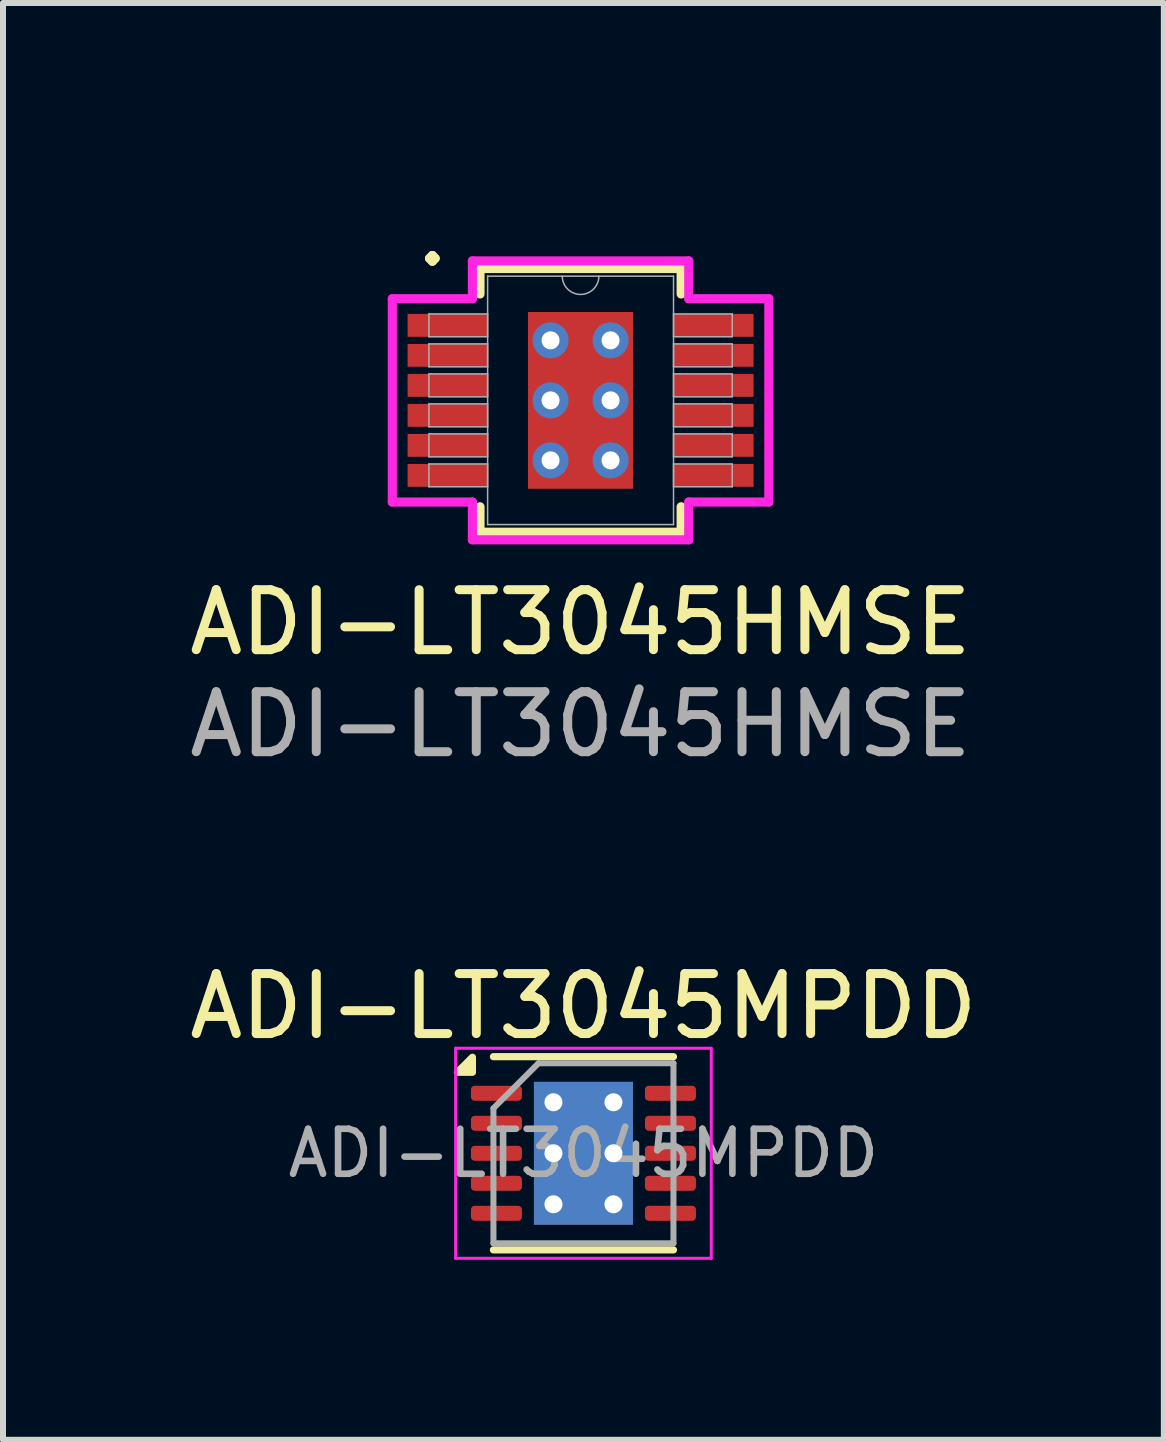
<source format=kicad_pcb>
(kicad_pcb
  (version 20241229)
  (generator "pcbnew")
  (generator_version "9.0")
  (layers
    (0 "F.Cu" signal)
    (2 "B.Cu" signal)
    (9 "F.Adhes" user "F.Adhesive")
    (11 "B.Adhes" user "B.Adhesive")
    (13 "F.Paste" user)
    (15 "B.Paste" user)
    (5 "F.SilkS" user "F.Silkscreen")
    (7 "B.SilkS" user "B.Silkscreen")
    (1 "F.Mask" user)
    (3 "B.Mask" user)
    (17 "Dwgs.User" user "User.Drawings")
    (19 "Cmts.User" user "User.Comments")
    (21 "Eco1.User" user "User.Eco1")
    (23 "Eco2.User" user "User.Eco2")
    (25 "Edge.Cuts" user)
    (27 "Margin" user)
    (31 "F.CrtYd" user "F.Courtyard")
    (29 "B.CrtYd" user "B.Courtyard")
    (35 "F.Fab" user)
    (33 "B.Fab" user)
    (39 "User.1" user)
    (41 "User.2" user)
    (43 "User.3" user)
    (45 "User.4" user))
  (footprint "ADI-LT3045HMSE"
    (layer "F.Cu")
    (at 6.625 3.622)
    (property "Reference" "ADI-LT3045HMSE" (at 0 3.7 0) (unlocked yes) (layer "F.SilkS") (effects (font (size 1 1) (thickness 0.15))))
    (attr smd)
    (fp_line (start -1.676 -2.197) (end -1.676 -1.773) (stroke (width 0.152) (type solid)) (layer "F.SilkS"))
    (fp_line (start -1.676 1.773) (end -1.676 2.197) (stroke (width 0.152) (type solid)) (layer "F.SilkS"))
    (fp_line (start -1.676 2.197) (end 1.676 2.197) (stroke (width 0.152) (type solid)) (layer "F.SilkS"))
    (fp_line (start 1.676 -2.197) (end -1.676 -2.197) (stroke (width 0.152) (type solid)) (layer "F.SilkS"))
    (fp_line (start 1.676 -1.773) (end 1.676 -2.197) (stroke (width 0.152) (type solid)) (layer "F.SilkS"))
    (fp_line (start 1.676 2.197) (end 1.676 1.773) (stroke (width 0.152) (type solid)) (layer "F.SilkS"))
    (fp_poly (pts (arc (start -0.85 0.6) (mid -0.820711 0.670711) (end -0.75 0.7)) (arc (start 0.75 0.7) (mid 0.820711 0.670711) (end 0.85 0.6)) (arc (start 0.85 0.4) (mid 0.820711 0.329289) (end 0.75 0.3)) (arc (start -0.75 0.3) (mid -0.820711 0.329289) (end -0.85 0.4))) (stroke (width 0) (type solid)) (fill yes) (layer "F.Paste"))
    (fp_poly (pts (arc (start 0.1 1.45) (mid 0.170711 1.420711) (end 0.2 1.35)) (arc (start 0.2 -1.35) (mid 0.170711 -1.420711) (end 0.1 -1.45)) (arc (start -0.1 -1.45) (mid -0.170711 -1.420711) (end -0.2 -1.35)) (arc (start -0.2 1.35) (mid -0.170711 1.420711) (end -0.1 1.45))) (stroke (width 0) (type solid)) (fill yes) (layer "F.Paste"))
    (fp_poly (pts (arc (start 0.75 -0.3) (mid 0.820711 -0.329289) (end 0.85 -0.4)) (arc (start 0.85 -0.6) (mid 0.820711 -0.670711) (end 0.75 -0.7)) (arc (start -0.75 -0.7) (mid -0.820711 -0.670711) (end -0.85 -0.6)) (arc (start -0.85 -0.4) (mid -0.820711 -0.329289) (end -0.75 -0.3))) (stroke (width 0) (type solid)) (fill yes) (layer "F.Paste"))
    (fp_line (start -3.137 -1.694) (end -1.803 -1.694) (stroke (width 0.152) (type solid)) (layer "F.CrtYd"))
    (fp_line (start -3.137 1.694) (end -3.137 -1.694) (stroke (width 0.152) (type solid)) (layer "F.CrtYd"))
    (fp_line (start -3.137 1.694) (end -1.803 1.694) (stroke (width 0.152) (type solid)) (layer "F.CrtYd"))
    (fp_line (start -1.803 -2.324) (end 1.803 -2.324) (stroke (width 0.152) (type solid)) (layer "F.CrtYd"))
    (fp_line (start -1.803 -1.694) (end -1.803 -2.324) (stroke (width 0.152) (type solid)) (layer "F.CrtYd"))
    (fp_line (start -1.803 2.324) (end -1.803 1.694) (stroke (width 0.152) (type solid)) (layer "F.CrtYd"))
    (fp_line (start 1.803 -2.324) (end 1.803 -1.694) (stroke (width 0.152) (type solid)) (layer "F.CrtYd"))
    (fp_line (start 1.803 1.694) (end 1.803 2.324) (stroke (width 0.152) (type solid)) (layer "F.CrtYd"))
    (fp_line (start 1.803 2.324) (end -1.803 2.324) (stroke (width 0.152) (type solid)) (layer "F.CrtYd"))
    (fp_line (start 3.137 -1.694) (end 1.803 -1.694) (stroke (width 0.152) (type solid)) (layer "F.CrtYd"))
    (fp_line (start 3.137 -1.694) (end 3.137 1.694) (stroke (width 0.152) (type solid)) (layer "F.CrtYd"))
    (fp_line (start 3.137 1.694) (end 1.803 1.694) (stroke (width 0.152) (type solid)) (layer "F.CrtYd"))
    (fp_line (start -2.527 -1.44) (end -2.527 -1.06) (stroke (width 0.025) (type solid)) (layer "F.Fab"))
    (fp_line (start -2.527 -1.06) (end -1.549 -1.06) (stroke (width 0.025) (type solid)) (layer "F.Fab"))
    (fp_line (start -2.527 -0.941) (end -2.527 -0.559) (stroke (width 0.025) (type solid)) (layer "F.Fab"))
    (fp_line (start -2.527 -0.559) (end -1.549 -0.559) (stroke (width 0.025) (type solid)) (layer "F.Fab"))
    (fp_line (start -2.527 -0.441) (end -2.527 -0.059) (stroke (width 0.025) (type solid)) (layer "F.Fab"))
    (fp_line (start -2.527 -0.059) (end -1.549 -0.059) (stroke (width 0.025) (type solid)) (layer "F.Fab"))
    (fp_line (start -2.527 0.059) (end -2.527 0.441) (stroke (width 0.025) (type solid)) (layer "F.Fab"))
    (fp_line (start -2.527 0.441) (end -1.549 0.441) (stroke (width 0.025) (type solid)) (layer "F.Fab"))
    (fp_line (start -2.527 0.559) (end -2.527 0.941) (stroke (width 0.025) (type solid)) (layer "F.Fab"))
    (fp_line (start -2.527 0.941) (end -1.549 0.941) (stroke (width 0.025) (type solid)) (layer "F.Fab"))
    (fp_line (start -2.527 1.06) (end -2.527 1.44) (stroke (width 0.025) (type solid)) (layer "F.Fab"))
    (fp_line (start -2.527 1.44) (end -1.549 1.44) (stroke (width 0.025) (type solid)) (layer "F.Fab"))
    (fp_line (start -1.549 -2.07) (end -1.549 2.07) (stroke (width 0.025) (type solid)) (layer "F.Fab"))
    (fp_line (start -1.549 -1.44) (end -2.527 -1.44) (stroke (width 0.025) (type solid)) (layer "F.Fab"))
    (fp_line (start -1.549 -1.06) (end -1.549 -1.44) (stroke (width 0.025) (type solid)) (layer "F.Fab"))
    (fp_line (start -1.549 -0.941) (end -2.527 -0.941) (stroke (width 0.025) (type solid)) (layer "F.Fab"))
    (fp_line (start -1.549 -0.559) (end -1.549 -0.941) (stroke (width 0.025) (type solid)) (layer "F.Fab"))
    (fp_line (start -1.549 -0.441) (end -2.527 -0.441) (stroke (width 0.025) (type solid)) (layer "F.Fab"))
    (fp_line (start -1.549 -0.059) (end -1.549 -0.441) (stroke (width 0.025) (type solid)) (layer "F.Fab"))
    (fp_line (start -1.549 0.059) (end -2.527 0.059) (stroke (width 0.025) (type solid)) (layer "F.Fab"))
    (fp_line (start -1.549 0.441) (end -1.549 0.059) (stroke (width 0.025) (type solid)) (layer "F.Fab"))
    (fp_line (start -1.549 0.559) (end -2.527 0.559) (stroke (width 0.025) (type solid)) (layer "F.Fab"))
    (fp_line (start -1.549 0.941) (end -1.549 0.559) (stroke (width 0.025) (type solid)) (layer "F.Fab"))
    (fp_line (start -1.549 1.06) (end -2.527 1.06) (stroke (width 0.025) (type solid)) (layer "F.Fab"))
    (fp_line (start -1.549 1.44) (end -1.549 1.06) (stroke (width 0.025) (type solid)) (layer "F.Fab"))
    (fp_line (start -1.549 2.07) (end 1.549 2.07) (stroke (width 0.025) (type solid)) (layer "F.Fab"))
    (fp_line (start 1.549 -2.07) (end -1.549 -2.07) (stroke (width 0.025) (type solid)) (layer "F.Fab"))
    (fp_line (start 1.549 -1.44) (end 1.549 -1.06) (stroke (width 0.025) (type solid)) (layer "F.Fab"))
    (fp_line (start 1.549 -1.06) (end 2.527 -1.06) (stroke (width 0.025) (type solid)) (layer "F.Fab"))
    (fp_line (start 1.549 -0.941) (end 1.549 -0.559) (stroke (width 0.025) (type solid)) (layer "F.Fab"))
    (fp_line (start 1.549 -0.559) (end 2.527 -0.559) (stroke (width 0.025) (type solid)) (layer "F.Fab"))
    (fp_line (start 1.549 -0.441) (end 1.549 -0.059) (stroke (width 0.025) (type solid)) (layer "F.Fab"))
    (fp_line (start 1.549 -0.059) (end 2.527 -0.059) (stroke (width 0.025) (type solid)) (layer "F.Fab"))
    (fp_line (start 1.549 0.059) (end 1.549 0.441) (stroke (width 0.025) (type solid)) (layer "F.Fab"))
    (fp_line (start 1.549 0.441) (end 2.527 0.441) (stroke (width 0.025) (type solid)) (layer "F.Fab"))
    (fp_line (start 1.549 0.559) (end 1.549 0.941) (stroke (width 0.025) (type solid)) (layer "F.Fab"))
    (fp_line (start 1.549 0.941) (end 2.527 0.941) (stroke (width 0.025) (type solid)) (layer "F.Fab"))
    (fp_line (start 1.549 1.06) (end 1.549 1.44) (stroke (width 0.025) (type solid)) (layer "F.Fab"))
    (fp_line (start 1.549 1.44) (end 2.527 1.44) (stroke (width 0.025) (type solid)) (layer "F.Fab"))
    (fp_line (start 1.549 2.07) (end 1.549 -2.07) (stroke (width 0.025) (type solid)) (layer "F.Fab"))
    (fp_line (start 2.527 -1.44) (end 1.549 -1.44) (stroke (width 0.025) (type solid)) (layer "F.Fab"))
    (fp_line (start 2.527 -1.06) (end 2.527 -1.44) (stroke (width 0.025) (type solid)) (layer "F.Fab"))
    (fp_line (start 2.527 -0.941) (end 1.549 -0.941) (stroke (width 0.025) (type solid)) (layer "F.Fab"))
    (fp_line (start 2.527 -0.559) (end 2.527 -0.941) (stroke (width 0.025) (type solid)) (layer "F.Fab"))
    (fp_line (start 2.527 -0.441) (end 1.549 -0.441) (stroke (width 0.025) (type solid)) (layer "F.Fab"))
    (fp_line (start 2.527 -0.059) (end 2.527 -0.441) (stroke (width 0.025) (type solid)) (layer "F.Fab"))
    (fp_line (start 2.527 0.059) (end 1.549 0.059) (stroke (width 0.025) (type solid)) (layer "F.Fab"))
    (fp_line (start 2.527 0.441) (end 2.527 0.059) (stroke (width 0.025) (type solid)) (layer "F.Fab"))
    (fp_line (start 2.527 0.559) (end 1.549 0.559) (stroke (width 0.025) (type solid)) (layer "F.Fab"))
    (fp_line (start 2.527 0.941) (end 2.527 0.559) (stroke (width 0.025) (type solid)) (layer "F.Fab"))
    (fp_line (start 2.527 1.06) (end 1.549 1.06) (stroke (width 0.025) (type solid)) (layer "F.Fab"))
    (fp_line (start 2.527 1.44) (end 2.527 1.06) (stroke (width 0.025) (type solid)) (layer "F.Fab"))
    (fp_arc (start 0.3048 -2.0701) (mid 0 -1.7653) (end -0.3048 -2.0701) (stroke (width 0.0254) (type solid)) (layer "F.Fab"))
    (fp_text user "." (at -2.47 -2.774 0) (unlocked yes) (layer "F.SilkS") (effects (font (size 1 1) (thickness 0.15))))
    (fp_text user "${REFERENCE}" (at 0 5.4 0) (unlocked yes) (layer "F.Fab") (effects (font (size 1 1) (thickness 0.15))))
    (pad "1" smd rect (at -2.216 -1.25) (size 1.333 0.381) (layers "F.Cu" "F.Mask" "F.Paste"))
    (pad "2" smd rect (at -2.216 -0.75) (size 1.333 0.381) (layers "F.Cu" "F.Mask" "F.Paste"))
    (pad "3" smd rect (at -2.216 -0.25) (size 1.333 0.381) (layers "F.Cu" "F.Mask" "F.Paste"))
    (pad "4" smd rect (at -2.216 0.25) (size 1.333 0.381) (layers "F.Cu" "F.Mask" "F.Paste"))
    (pad "5" smd rect (at -2.216 0.75) (size 1.333 0.381) (layers "F.Cu" "F.Mask" "F.Paste"))
    (pad "6" smd rect (at -2.216 1.25) (size 1.333 0.381) (layers "F.Cu" "F.Mask" "F.Paste"))
    (pad "7" smd rect (at 2.216 1.25) (size 1.333 0.381) (layers "F.Cu" "F.Mask" "F.Paste"))
    (pad "8" smd rect (at 2.216 0.75) (size 1.333 0.381) (layers "F.Cu" "F.Mask" "F.Paste"))
    (pad "9" smd rect (at 2.216 0.25) (size 1.333 0.381) (layers "F.Cu" "F.Mask" "F.Paste"))
    (pad "10" smd rect (at 2.216 -0.25) (size 1.333 0.381) (layers "F.Cu" "F.Mask" "F.Paste"))
    (pad "11" smd rect (at 2.216 -0.75) (size 1.333 0.381) (layers "F.Cu" "F.Mask" "F.Paste"))
    (pad "12" smd rect (at 2.216 -1.25) (size 1.333 0.381) (layers "F.Cu" "F.Mask" "F.Paste"))
    (pad "EPAD" thru_hole circle (at -0.5 -1) (size 0.6 0.6) (drill 0.3) (layers "*.Cu" "*.Mask"))
    (pad "EPAD" thru_hole circle (at -0.5 0) (size 0.6 0.6) (drill 0.3) (layers "*.Cu" "*.Mask"))
    (pad "EPAD" thru_hole circle (at -0.5 1) (size 0.6 0.6) (drill 0.3) (layers "*.Cu" "*.Mask"))
    (pad "EPAD" smd rect (at 0 0) (size 1.753 2.946) (layers "F.Cu" "F.Mask"))
    (pad "EPAD" thru_hole circle (at 0.5 -1) (size 0.6 0.6) (drill 0.3) (layers "*.Cu" "*.Mask"))
    (pad "EPAD" thru_hole circle (at 0.5 0) (size 0.6 0.6) (drill 0.3) (layers "*.Cu" "*.Mask"))
    (pad "EPAD" thru_hole circle (at 0.5 1) (size 0.6 0.6) (drill 0.3) (layers "*.Cu" "*.Mask")))
  (footprint "ADI-LT3045MPDD"
    (layer "F.Cu")
    (at 6.673 16.169)
    (property "Reference" "ADI-LT3045MPDD" (at 0 -2.45 0) (layer "F.SilkS") (effects (font (size 1 1) (thickness 0.15))))
    (attr smd)
    (fp_line (start -1.5 -1.61) (end 1.5 -1.61) (stroke (width 0.12) (type solid)) (layer "F.SilkS"))
    (fp_line (start -1.5 1.61) (end 1.5 1.61) (stroke (width 0.12) (type solid)) (layer "F.SilkS"))
    (fp_poly (pts (xy -1.85 -1.35) (xy -2.1 -1.35) (xy -1.85 -1.6) (xy -1.85 -1.35)) (stroke (width 0.12) (type solid)) (fill yes) (layer "F.SilkS"))
    (fp_line (start -2.13 -1.75) (end -2.13 1.75) (stroke (width 0.05) (type solid)) (layer "F.CrtYd"))
    (fp_line (start -2.13 1.75) (end 2.13 1.75) (stroke (width 0.05) (type solid)) (layer "F.CrtYd"))
    (fp_line (start 2.13 -1.75) (end -2.13 -1.75) (stroke (width 0.05) (type solid)) (layer "F.CrtYd"))
    (fp_line (start 2.13 1.75) (end 2.13 -1.75) (stroke (width 0.05) (type solid)) (layer "F.CrtYd"))
    (fp_line (start -1.5 -0.75) (end -0.75 -1.5) (stroke (width 0.1) (type solid)) (layer "F.Fab"))
    (fp_line (start -1.5 1.5) (end -1.5 -0.75) (stroke (width 0.1) (type solid)) (layer "F.Fab"))
    (fp_line (start -0.75 -1.5) (end 1.5 -1.5) (stroke (width 0.1) (type solid)) (layer "F.Fab"))
    (fp_line (start 1.5 -1.5) (end 1.5 1.5) (stroke (width 0.1) (type solid)) (layer "F.Fab"))
    (fp_line (start 1.5 1.5) (end -1.5 1.5) (stroke (width 0.1) (type solid)) (layer "F.Fab"))
    (fp_text user "${REFERENCE}" (at 0 0 0) (layer "F.Fab") (effects (font (size 0.75 0.75) (thickness 0.11))))
    (pad "" smd roundrect (at -0.41 -0.595) (size 0.67 0.96) (layers "F.Paste") (roundrect_rratio 0.25))
    (pad "" smd roundrect (at -0.41 0.595) (size 0.67 0.96) (layers "F.Paste") (roundrect_rratio 0.25))
    (pad "" smd roundrect (at 0.41 -0.595) (size 0.67 0.96) (layers "F.Paste") (roundrect_rratio 0.25))
    (pad "" smd roundrect (at 0.41 0.595) (size 0.67 0.96) (layers "F.Paste") (roundrect_rratio 0.25))
    (pad "1" smd roundrect (at -1.45 -1) (size 0.85 0.25) (layers "F.Cu" "F.Mask" "F.Paste") (roundrect_rratio 0.25))
    (pad "2" smd roundrect (at -1.45 -0.5) (size 0.85 0.25) (layers "F.Cu" "F.Mask" "F.Paste") (roundrect_rratio 0.25))
    (pad "3" smd roundrect (at -1.45 0) (size 0.85 0.25) (layers "F.Cu" "F.Mask" "F.Paste") (roundrect_rratio 0.25))
    (pad "4" smd roundrect (at -1.45 0.5) (size 0.85 0.25) (layers "F.Cu" "F.Mask" "F.Paste") (roundrect_rratio 0.25))
    (pad "5" smd roundrect (at -1.45 1) (size 0.85 0.25) (layers "F.Cu" "F.Mask" "F.Paste") (roundrect_rratio 0.25))
    (pad "6" smd roundrect (at 1.45 1) (size 0.85 0.25) (layers "F.Cu" "F.Mask" "F.Paste") (roundrect_rratio 0.25))
    (pad "7" smd roundrect (at 1.45 0.5) (size 0.85 0.25) (layers "F.Cu" "F.Mask" "F.Paste") (roundrect_rratio 0.25))
    (pad "8" smd roundrect (at 1.45 0) (size 0.85 0.25) (layers "F.Cu" "F.Mask" "F.Paste") (roundrect_rratio 0.25))
    (pad "9" smd roundrect (at 1.45 -0.5) (size 0.85 0.25) (layers "F.Cu" "F.Mask" "F.Paste") (roundrect_rratio 0.25))
    (pad "10" smd roundrect (at 1.45 -1) (size 0.85 0.25) (layers "F.Cu" "F.Mask" "F.Paste") (roundrect_rratio 0.25))
    (pad "11" thru_hole circle (at -0.5 -0.85) (size 0.6 0.6) (drill 0.3) (property pad_prop_heatsink) (layers "*.Cu"))
    (pad "11" thru_hole circle (at -0.5 0) (size 0.6 0.6) (drill 0.3) (property pad_prop_heatsink) (layers "*.Cu"))
    (pad "11" thru_hole circle (at -0.5 0.85) (size 0.6 0.6) (drill 0.3) (property pad_prop_heatsink) (layers "*.Cu"))
    (pad "11" smd rect (at 0 0) (size 1.65 2.38) (property pad_prop_heatsink) (layers "F.Cu" "F.Mask"))
    (pad "11" smd rect (at 0 0) (size 1.65 2.38) (property pad_prop_heatsink) (layers "B.Cu"))
    (pad "11" thru_hole circle (at 0.5 -0.85) (size 0.6 0.6) (drill 0.3) (property pad_prop_heatsink) (layers "*.Cu"))
    (pad "11" thru_hole circle (at 0.5 0) (size 0.6 0.6) (drill 0.3) (property pad_prop_heatsink) (layers "*.Cu"))
    (pad "11" thru_hole circle (at 0.5 0.85) (size 0.6 0.6) (drill 0.3) (property pad_prop_heatsink) (layers "*.Cu")))
  (gr_rect
    (start -3 -3)
    (end 16.345 20.944)
    (stroke (width 0.1) (type default))
    (fill no)
    (layer "Edge.Cuts")))
</source>
